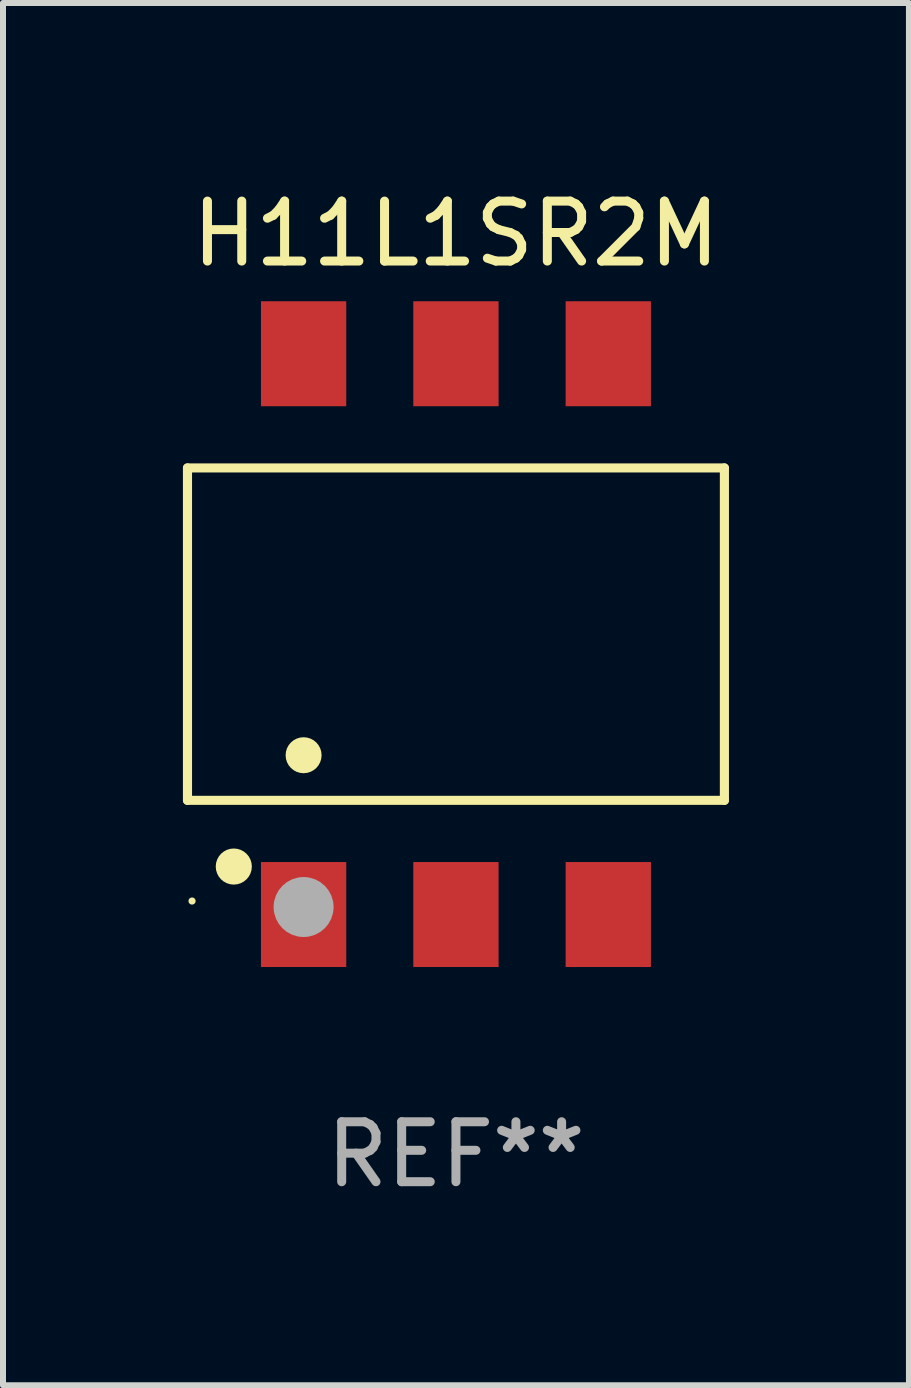
<source format=kicad_pcb>
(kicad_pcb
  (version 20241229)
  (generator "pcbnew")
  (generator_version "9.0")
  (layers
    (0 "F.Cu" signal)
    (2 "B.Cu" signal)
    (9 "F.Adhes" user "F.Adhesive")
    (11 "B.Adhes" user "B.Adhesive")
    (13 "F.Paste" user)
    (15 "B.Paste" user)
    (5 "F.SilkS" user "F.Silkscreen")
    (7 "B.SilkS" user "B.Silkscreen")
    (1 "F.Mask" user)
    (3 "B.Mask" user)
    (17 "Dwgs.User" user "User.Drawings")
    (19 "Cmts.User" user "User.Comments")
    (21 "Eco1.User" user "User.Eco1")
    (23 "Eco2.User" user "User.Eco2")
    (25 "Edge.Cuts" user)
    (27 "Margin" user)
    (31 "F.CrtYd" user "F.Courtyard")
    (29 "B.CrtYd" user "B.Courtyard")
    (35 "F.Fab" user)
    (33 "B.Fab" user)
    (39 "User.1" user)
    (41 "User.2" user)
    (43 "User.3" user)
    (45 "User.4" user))
  (footprint "H11L1SR2M"
    (layer "F.Cu")
    (at 4.552 7.523)
    (property "Reference" "H11L1SR2M" (at 0 -6.675 0) (layer "F.SilkS") (effects (font (size 1 1) (thickness 0.15))))
    (attr through_hole)
    (fp_line (start -4.476 -2.771) (end 4.476 -2.771) (stroke (width 0.152) (type solid)) (layer "F.SilkS"))
    (fp_line (start -4.476 2.771) (end -4.476 -2.771) (stroke (width 0.152) (type solid)) (layer "F.SilkS"))
    (fp_line (start 4.476 -2.771) (end 4.476 2.771) (stroke (width 0.152) (type solid)) (layer "F.SilkS"))
    (fp_line (start 4.476 2.771) (end -4.476 2.771) (stroke (width 0.152) (type solid)) (layer "F.SilkS"))
    (fp_circle (center -4.4 4.45) (end -4.37 4.45) (stroke (width 0.06) (type solid)) (fill no) (layer "F.SilkS"))
    (fp_circle (center -3.704 3.875) (end -3.553 3.875) (stroke (width 0.3) (type solid)) (fill no) (layer "F.SilkS"))
    (fp_circle (center -2.54 2.019) (end -2.39 2.019) (stroke (width 0.3) (type solid)) (fill no) (layer "F.SilkS"))
    (fp_circle (center -2.54 4.55) (end -2.29 4.55) (stroke (width 0.5) (type solid)) (fill no) (layer "F.Fab"))
    (fp_text user "REF**" (at 0 8.675 0) (layer "F.Fab") (effects (font (size 1 1) (thickness 0.15))))
    (pad "1" smd rect (at -2.54 4.675) (size 1.422 1.75) (layers "F.Cu" "F.Mask" "F.Paste"))
    (pad "2" smd rect (at 0 4.675) (size 1.422 1.75) (layers "F.Cu" "F.Mask" "F.Paste"))
    (pad "3" smd rect (at 2.54 4.675) (size 1.422 1.75) (layers "F.Cu" "F.Mask" "F.Paste"))
    (pad "4" smd rect (at 2.54 -4.675) (size 1.422 1.75) (layers "F.Cu" "F.Mask" "F.Paste"))
    (pad "5" smd rect (at 0 -4.675) (size 1.422 1.75) (layers "F.Cu" "F.Mask" "F.Paste"))
    (pad "6" smd rect (at -2.54 -4.675) (size 1.422 1.75) (layers "F.Cu" "F.Mask" "F.Paste")))
  (gr_rect
    (start -3 -3)
    (end 12.105 20.047)
    (stroke (width 0.1) (type default))
    (fill no)
    (layer "Edge.Cuts")))
</source>
